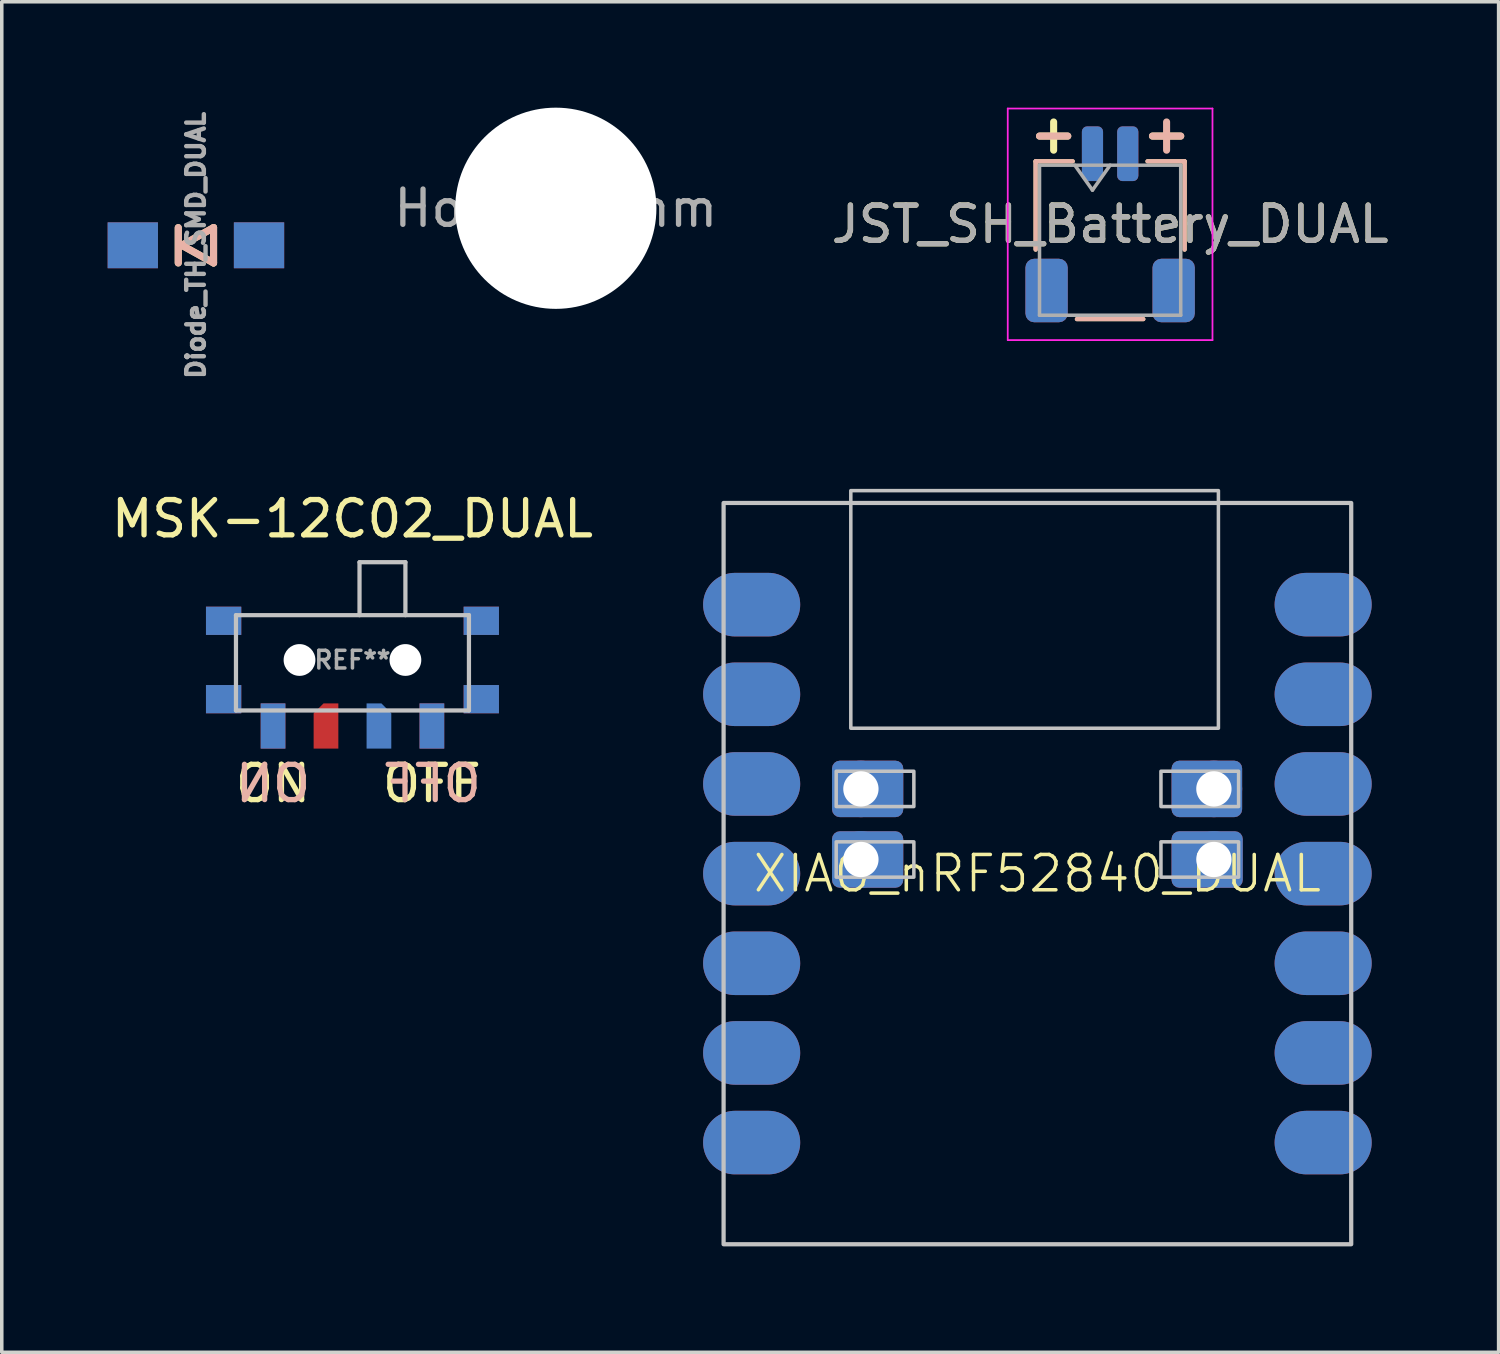
<source format=kicad_pcb>
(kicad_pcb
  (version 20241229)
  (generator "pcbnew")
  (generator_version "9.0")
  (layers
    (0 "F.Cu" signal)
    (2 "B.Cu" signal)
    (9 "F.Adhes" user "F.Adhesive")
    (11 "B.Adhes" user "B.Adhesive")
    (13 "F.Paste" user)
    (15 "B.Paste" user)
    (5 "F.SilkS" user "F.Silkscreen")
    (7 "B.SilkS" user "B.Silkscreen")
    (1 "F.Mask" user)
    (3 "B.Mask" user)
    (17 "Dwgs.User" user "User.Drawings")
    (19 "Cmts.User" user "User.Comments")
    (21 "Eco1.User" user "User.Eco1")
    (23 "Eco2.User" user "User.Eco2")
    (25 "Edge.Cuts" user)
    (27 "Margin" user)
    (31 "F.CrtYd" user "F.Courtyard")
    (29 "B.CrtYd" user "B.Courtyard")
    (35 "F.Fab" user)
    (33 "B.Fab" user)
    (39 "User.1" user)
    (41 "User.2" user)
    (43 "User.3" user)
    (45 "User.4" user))
  (footprint "Hole_5.7mm"
    (layer "F.Cu")
    (at 12.696 2.85)
    (property "Reference" "Hole_5.7mm" (at 0 0 0) (layer "F.Fab") (effects (font (size 1 1) (thickness 0.15))))
    (attr through_hole)
    (pad "" np_thru_hole circle (at 0 0 270) (size 5.7 5.7) (drill 5.7) (layers "*.Cu" "*.Mask")))
  (footprint "JST_SH_Battery_DUAL"
    (layer "F.Cu")
    (at 28.399 3.305)
    (property "Reference" "JST_SH_Battery_DUAL" (at 0 0 0) (layer "F.SilkS") (effects (font (size 1 1) (thickness 0.15))))
    (attr smd)
    (fp_line (start -2.11 -1.785) (end -1.06 -1.785) (stroke (width 0.12) (type solid)) (layer "F.SilkS"))
    (fp_line (start -2.11 0.715) (end -2.11 -1.785) (stroke (width 0.12) (type solid)) (layer "F.SilkS"))
    (fp_line (start -2 -2.5) (end -1.2 -2.5) (stroke (width 0.2) (type default)) (layer "F.SilkS"))
    (fp_line (start -1.6 -2.9) (end -1.6 -2.1) (stroke (width 0.2) (type default)) (layer "F.SilkS"))
    (fp_line (start -0.94 2.685) (end 0.94 2.685) (stroke (width 0.12) (type solid)) (layer "F.SilkS"))
    (fp_line (start 1.2 -2.5) (end 2 -2.5) (stroke (width 0.2) (type default)) (layer "F.SilkS"))
    (fp_line (start 2.11 -1.785) (end 1.06 -1.785) (stroke (width 0.12) (type solid)) (layer "F.SilkS"))
    (fp_line (start 2.11 0.715) (end 2.11 -1.785) (stroke (width 0.12) (type solid)) (layer "F.SilkS"))
    (fp_line (start -2.11 -1.785) (end -1.06 -1.785) (stroke (width 0.12) (type solid)) (layer "B.SilkS"))
    (fp_line (start -2.11 0.715) (end -2.11 -1.785) (stroke (width 0.12) (type solid)) (layer "B.SilkS"))
    (fp_line (start -1.2 -2.5) (end -2 -2.5) (stroke (width 0.2) (type default)) (layer "B.SilkS"))
    (fp_line (start 0.94 2.685) (end -0.94 2.685) (stroke (width 0.12) (type solid)) (layer "B.SilkS"))
    (fp_line (start 1.6 -2.9) (end 1.6 -2.1) (stroke (width 0.2) (type default)) (layer "B.SilkS"))
    (fp_line (start 2 -2.5) (end 1.2 -2.5) (stroke (width 0.2) (type default)) (layer "B.SilkS"))
    (fp_line (start 2.11 -1.785) (end 1.06 -1.785) (stroke (width 0.12) (type solid)) (layer "B.SilkS"))
    (fp_line (start 2.11 0.715) (end 2.11 -1.785) (stroke (width 0.12) (type solid)) (layer "B.SilkS"))
    (fp_line (start -2.9 -3.28) (end -2.9 3.28) (stroke (width 0.05) (type solid)) (layer "F.CrtYd"))
    (fp_line (start -2.9 3.28) (end 2.9 3.28) (stroke (width 0.05) (type solid)) (layer "F.CrtYd"))
    (fp_line (start 2.9 -3.28) (end -2.9 -3.28) (stroke (width 0.05) (type solid)) (layer "F.CrtYd"))
    (fp_line (start 2.9 3.28) (end 2.9 -3.28) (stroke (width 0.05) (type solid)) (layer "F.CrtYd"))
    (fp_line (start -2 -1.675) (end -2 2.575) (stroke (width 0.1) (type solid)) (layer "F.Fab"))
    (fp_line (start -2 -1.675) (end 2 -1.675) (stroke (width 0.1) (type solid)) (layer "F.Fab"))
    (fp_line (start -2 2.575) (end 2 2.575) (stroke (width 0.1) (type solid)) (layer "F.Fab"))
    (fp_line (start -1 -1.675) (end -0.5 -0.968) (stroke (width 0.1) (type solid)) (layer "F.Fab"))
    (fp_line (start -0.5 -0.968) (end 0 -1.675) (stroke (width 0.1) (type solid)) (layer "F.Fab"))
    (fp_line (start 2 -1.675) (end 2 2.575) (stroke (width 0.1) (type solid)) (layer "F.Fab"))
    (fp_text user "${REFERENCE}" (at 0 0 0) (layer "F.Fab") (effects (font (size 1 1) (thickness 0.15))))
    (pad "1" smd roundrect (at -0.5 -2) (size 0.6 1.55) (layers "F.Cu" "F.Mask" "F.Paste") (roundrect_rratio 0.25))
    (pad "1" smd roundrect (at 0.5 -2) (size 0.6 1.55) (layers "B.Cu" "B.Mask" "B.Paste") (roundrect_rratio 0.25))
    (pad "2" smd roundrect (at -0.5 -2) (size 0.6 1.55) (layers "B.Cu" "B.Mask" "B.Paste") (roundrect_rratio 0.25))
    (pad "2" smd roundrect (at 0.5 -2) (size 0.6 1.55) (layers "F.Cu" "F.Mask" "F.Paste") (roundrect_rratio 0.25))
    (pad "MP" smd roundrect (at -1.8 1.875) (size 1.2 1.8) (layers "F.Cu" "F.Mask" "F.Paste") (roundrect_rratio 0.208))
    (pad "MP" smd roundrect (at -1.8 1.875) (size 1.2 1.8) (layers "B.Cu" "B.Mask" "B.Paste") (roundrect_rratio 0.208))
    (pad "MP" smd roundrect (at 1.8 1.875) (size 1.2 1.8) (layers "F.Cu" "F.Mask" "F.Paste") (roundrect_rratio 0.208))
    (pad "MP" smd roundrect (at 1.8 1.875) (size 1.2 1.8) (layers "B.Cu" "B.Mask" "B.Paste") (roundrect_rratio 0.208)))
  (footprint "XIAO_nRF52840_DUAL"
    (layer "F.Cu")
    (at 26.339 11.199)
    (property "Reference" "XIAO_nRF52840_DUAL" (at 0 10.5 0) (unlocked yes) (layer "F.SilkS") (effects (font (size 1 1) (thickness 0.1))))
    (attr smd)
    (fp_rect (start -8.89 21) (end 8.89 0) (stroke (width 0.12) (type solid)) (fill no) (layer "Dwgs.User"))
    (fp_rect (start -5.7 7.6) (end -3.5 8.6) (stroke (width 0.1) (type default)) (fill no) (layer "Dwgs.User"))
    (fp_rect (start -5.7 9.6) (end -3.5 10.6) (stroke (width 0.1) (type default)) (fill no) (layer "Dwgs.User"))
    (fp_rect (start -5.286 -0.35) (end 5.128 6.381) (stroke (width 0.1) (type default)) (fill no) (layer "Dwgs.User"))
    (fp_rect (start 3.5 7.6) (end 5.7 8.6) (stroke (width 0.1) (type default)) (fill no) (layer "Dwgs.User"))
    (fp_rect (start 3.5 9.6) (end 5.7 10.6) (stroke (width 0.1) (type default)) (fill no) (layer "Dwgs.User"))
    (pad "1" smd oval (at -8.57 2.88 180) (size 2.75 1.8) (drill (offset -0.475 0)) (layers "F.Cu" "F.Mask" "F.Paste"))
    (pad "1" smd oval (at 8.57 2.88 180) (size 2.75 1.8) (drill (offset 0.475 0)) (layers "B.Cu" "B.Mask" "B.Paste"))
    (pad "2" smd oval (at -8.57 5.42 180) (size 2.75 1.8) (drill (offset -0.475 0)) (layers "F.Cu" "F.Mask" "F.Paste"))
    (pad "2" smd oval (at 8.57 5.42 180) (size 2.75 1.8) (drill (offset 0.475 0)) (layers "B.Cu" "B.Mask" "B.Paste"))
    (pad "3" smd oval (at -8.57 7.96 180) (size 2.75 1.8) (drill (offset -0.475 0)) (layers "F.Cu" "F.Mask" "F.Paste"))
    (pad "3" smd oval (at 8.57 7.96 180) (size 2.75 1.8) (drill (offset 0.475 0)) (layers "B.Cu" "B.Mask" "B.Paste"))
    (pad "4" smd oval (at -8.57 10.5 180) (size 2.75 1.8) (drill (offset -0.475 0)) (layers "F.Cu" "F.Mask" "F.Paste"))
    (pad "4" smd oval (at 8.57 10.5 180) (size 2.75 1.8) (drill (offset 0.475 0)) (layers "B.Cu" "B.Mask" "B.Paste"))
    (pad "5" smd oval (at -8.57 13.04 180) (size 2.75 1.8) (drill (offset -0.475 0)) (layers "F.Cu" "F.Mask" "F.Paste"))
    (pad "5" smd oval (at 8.57 13.04 180) (size 2.75 1.8) (drill (offset 0.475 0)) (layers "B.Cu" "B.Mask" "B.Paste"))
    (pad "6" smd oval (at -8.57 15.58 180) (size 2.75 1.8) (drill (offset -0.475 0)) (layers "F.Cu" "F.Mask" "F.Paste"))
    (pad "6" smd oval (at 8.57 15.58 180) (size 2.75 1.8) (drill (offset 0.475 0)) (layers "B.Cu" "B.Mask" "B.Paste"))
    (pad "7" smd oval (at -8.57 18.12 180) (size 2.75 1.8) (drill (offset -0.475 0)) (layers "F.Cu" "F.Mask" "F.Paste"))
    (pad "7" smd oval (at 8.57 18.12 180) (size 2.75 1.8) (drill (offset 0.475 0)) (layers "B.Cu" "B.Mask" "B.Paste"))
    (pad "8" smd oval (at -8.57 18.12) (size 2.75 1.8) (drill (offset 0.475 0)) (layers "B.Cu" "B.Mask" "B.Paste"))
    (pad "8" smd oval (at 8.57 18.12) (size 2.75 1.8) (drill (offset -0.475 0)) (layers "F.Cu" "F.Mask" "F.Paste"))
    (pad "9" smd oval (at -8.57 15.58) (size 2.75 1.8) (drill (offset 0.475 0)) (layers "B.Cu" "B.Mask" "B.Paste"))
    (pad "9" smd oval (at 8.57 15.58) (size 2.75 1.8) (drill (offset -0.475 0)) (layers "F.Cu" "F.Mask" "F.Paste"))
    (pad "10" smd oval (at -8.57 13.04) (size 2.75 1.8) (drill (offset 0.475 0)) (layers "B.Cu" "B.Mask" "B.Paste"))
    (pad "10" smd oval (at 8.57 13.04) (size 2.75 1.8) (drill (offset -0.475 0)) (layers "F.Cu" "F.Mask" "F.Paste"))
    (pad "11" smd oval (at -8.57 10.5) (size 2.75 1.8) (drill (offset 0.475 0)) (layers "B.Cu" "B.Mask" "B.Paste"))
    (pad "11" smd oval (at 8.57 10.5) (size 2.75 1.8) (drill (offset -0.475 0)) (layers "F.Cu" "F.Mask" "F.Paste"))
    (pad "12" smd oval (at -8.57 7.96) (size 2.75 1.8) (drill (offset 0.475 0)) (layers "B.Cu" "B.Mask" "B.Paste"))
    (pad "12" smd oval (at 8.57 7.96) (size 2.75 1.8) (drill (offset -0.475 0)) (layers "F.Cu" "F.Mask" "F.Paste"))
    (pad "13" smd oval (at -8.57 5.42) (size 2.75 1.8) (drill (offset 0.475 0)) (layers "B.Cu" "B.Mask" "B.Paste"))
    (pad "13" smd oval (at 8.57 5.42) (size 2.75 1.8) (drill (offset -0.475 0)) (layers "F.Cu" "F.Mask" "F.Paste"))
    (pad "14" smd oval (at -8.57 2.88) (size 2.75 1.8) (drill (offset 0.475 0)) (layers "B.Cu" "B.Mask" "B.Paste"))
    (pad "14" smd oval (at 8.57 2.88) (size 2.75 1.8) (drill (offset -0.475 0)) (layers "F.Cu" "F.Mask" "F.Paste"))
    (pad "19" thru_hole circle (at -5 10.1 180) (size 1.6 1.6) (drill 1) (layers "*.Cu" "*.Mask"))
    (pad "19" smd roundrect (at -4.809 10.1 180) (size 2.019 1.6) (layers "F.Cu" "F.Mask" "F.Paste") (roundrect_rratio 0.139))
    (pad "19" smd roundrect (at -4.809 10.1 180) (size 2.019 1.6) (layers "B.Cu" "B.Mask" "B.Paste") (roundrect_rratio 0.139))
    (pad "19" smd roundrect (at 4.809 10.1 180) (size 2.019 1.6) (layers "F.Cu" "F.Mask" "F.Paste") (roundrect_rratio 0.139))
    (pad "19" smd roundrect (at 4.809 10.1 180) (size 2.019 1.6) (layers "B.Cu" "B.Mask" "B.Paste") (roundrect_rratio 0.139))
    (pad "19" thru_hole circle (at 5 10.1 180) (size 1.6 1.6) (drill 1) (layers "*.Cu" "*.Mask"))
    (pad "20" thru_hole circle (at -5 8.1 180) (size 1.6 1.6) (drill 1) (layers "*.Cu" "*.Mask"))
    (pad "20" smd roundrect (at -4.809 8.1 180) (size 2.019 1.6) (layers "F.Cu" "F.Mask" "F.Paste") (roundrect_rratio 0.139))
    (pad "20" smd roundrect (at -4.809 8.1 180) (size 2.019 1.6) (layers "B.Cu" "B.Mask" "B.Paste") (roundrect_rratio 0.139))
    (pad "20" smd roundrect (at 4.8 8.1 180) (size 2 1.6) (layers "F.Cu" "F.Mask" "F.Paste") (roundrect_rratio 0.139))
    (pad "20" smd roundrect (at 4.8 8.1 180) (size 2 1.6) (layers "B.Cu" "B.Mask" "B.Paste") (roundrect_rratio 0.139))
    (pad "20" thru_hole circle (at 5 8.1 180) (size 1.6 1.6) (drill 1) (layers "*.Cu" "*.Mask")))
  (footprint "Diode_TH_SMD_DUAL"
    (layer "F.Cu")
    (at 2.5 3.899)
    (property "Reference" "Diode_TH_SMD_DUAL" (at 0 0 270) (layer "F.Fab") (effects (font (size 0.5 0.5) (thickness 0.125))))
    (attr through_hole)
    (fp_line (start -0.5 -0.5) (end -0.5 0.5) (stroke (width 0.2) (type solid)) (layer "F.SilkS"))
    (fp_line (start -0.4 0) (end 0.5 -0.5) (stroke (width 0.2) (type solid)) (layer "F.SilkS"))
    (fp_line (start 0.5 -0.5) (end 0.5 0.5) (stroke (width 0.2) (type solid)) (layer "F.SilkS"))
    (fp_line (start 0.5 0.5) (end -0.4 0) (stroke (width 0.2) (type solid)) (layer "F.SilkS"))
    (fp_line (start -0.5 -0.5) (end -0.5 0.5) (stroke (width 0.2) (type solid)) (layer "B.SilkS"))
    (fp_line (start -0.4 0) (end 0.5 0.5) (stroke (width 0.2) (type solid)) (layer "B.SilkS"))
    (fp_line (start 0.5 -0.5) (end -0.4 0) (stroke (width 0.2) (type solid)) (layer "B.SilkS"))
    (fp_line (start 0.5 -0.5) (end 0.5 0.5) (stroke (width 0.2) (type solid)) (layer "B.SilkS"))
    (pad "1" smd rect (at -1.788 0 180) (size 1.425 1.3) (layers "F.Cu" "F.Mask" "F.Paste"))
    (pad "1" smd rect (at -1.788 0 180) (size 1.425 1.3) (layers "B.Cu" "B.Mask" "B.Paste"))
    (pad "2" smd rect (at 1.788 0 180) (size 1.425 1.3) (layers "F.Cu" "F.Mask" "F.Paste"))
    (pad "2" smd rect (at 1.788 0 180) (size 1.425 1.3) (layers "B.Cu" "B.Mask" "B.Paste")))
  (footprint "MSK-12C02_DUAL"
    (layer "F.Cu")
    (at 6.935 14.377)
    (property "Reference" "MSK-12C02_DUAL" (at 0 -2.73 0) (layer "F.SilkS") (effects (font (size 1 1) (thickness 0.15))))
    (attr through_hole)
    (fp_line (start -3.3 0) (end -3.3 2.7) (stroke (width 0.12) (type solid)) (layer "Dwgs.User"))
    (fp_line (start -3.3 0) (end 3.3 0) (stroke (width 0.12) (type solid)) (layer "Dwgs.User"))
    (fp_line (start -3.3 2.7) (end 3.3 2.7) (stroke (width 0.12) (type solid)) (layer "Dwgs.User"))
    (fp_line (start 0.2 -1.5) (end 0.2 0) (stroke (width 0.12) (type solid)) (layer "Dwgs.User"))
    (fp_line (start 0.2 -1.5) (end 1.5 -1.5) (stroke (width 0.12) (type solid)) (layer "Dwgs.User"))
    (fp_line (start 1.5 -1.5) (end 1.5 0) (stroke (width 0.12) (type solid)) (layer "Dwgs.User"))
    (fp_line (start 3.3 0) (end 3.3 2.7) (stroke (width 0.12) (type solid)) (layer "Dwgs.User"))
    (fp_text user "ON" (at -2.25 4.77 0) (layer "F.SilkS") (effects (font (size 1 1) (thickness 0.15))))
    (fp_text user "OFF" (at 2.25 4.77 0) (layer "F.SilkS") (effects (font (size 1 1) (thickness 0.15))))
    (fp_text user "ON" (at -2.25 4.77 0) (layer "B.SilkS") (effects (font (size 1 1) (thickness 0.15)) (justify mirror)))
    (fp_text user "OFF" (at 2.25 4.77 0) (layer "B.SilkS") (effects (font (size 1 1) (thickness 0.15)) (justify mirror)))
    (fp_text user "REF**" (at 0 1.27 0) (layer "F.Fab") (effects (font (size 0.5 0.5) (thickness 0.1))))
    (pad "" smd rect (at -3.65 0.16) (size 1 0.8) (layers "F.Cu" "F.Mask" "F.Paste"))
    (pad "" smd rect (at -3.65 0.16) (size 1 0.8) (layers "B.Cu" "B.Mask" "B.Paste"))
    (pad "" smd rect (at -3.65 2.38) (size 1 0.8) (layers "F.Cu" "F.Mask" "F.Paste"))
    (pad "" smd rect (at -3.65 2.38) (size 1 0.8) (layers "B.Cu" "B.Mask" "B.Paste"))
    (pad "" np_thru_hole circle (at -1.5 1.27) (size 0.9 0.9) (drill 0.9) (layers "*.Cu" "*.Mask"))
    (pad "" np_thru_hole circle (at 1.5 1.27) (size 0.9 0.9) (drill 0.9) (layers "*.Cu" "*.Mask"))
    (pad "" smd rect (at 3.65 0.16) (size 1 0.8) (layers "F.Cu" "F.Mask" "F.Paste"))
    (pad "" smd rect (at 3.65 0.16) (size 1 0.8) (layers "B.Cu" "B.Mask" "B.Paste"))
    (pad "" smd rect (at 3.65 2.38) (size 1 0.8) (layers "F.Cu" "F.Mask" "F.Paste"))
    (pad "" smd rect (at 3.65 2.38) (size 1 0.8) (layers "B.Cu" "B.Mask" "B.Paste"))
    (pad "1" smd rect (at -2.25 3.14) (size 0.7 1.28) (layers "F.Cu" "F.Mask" "F.Paste"))
    (pad "1" smd rect (at -2.25 3.14) (size 0.7 1.28) (layers "B.Cu" "B.Mask" "B.Paste"))
    (pad "2" smd roundrect (at -0.75 3.14) (size 0.7 1.28) (layers "F.Cu" "F.Mask" "F.Paste") (roundrect_rratio 0) (chamfer_ratio 0.4) (chamfer top_left))
    (pad "2" smd roundrect (at 0.75 3.14) (size 0.7 1.28) (layers "B.Cu" "B.Mask" "B.Paste") (roundrect_rratio 0) (chamfer_ratio 0.4) (chamfer top_right))
    (pad "3" smd rect (at 2.25 3.14) (size 0.7 1.28) (layers "F.Cu" "F.Mask" "F.Paste"))
    (pad "3" smd rect (at 2.25 3.14) (size 0.7 1.28) (layers "B.Cu" "B.Mask" "B.Paste")))
  (gr_rect
    (start -3 -3)
    (end 39.405 35.259)
    (stroke (width 0.1) (type default))
    (fill no)
    (layer "Edge.Cuts")))
</source>
